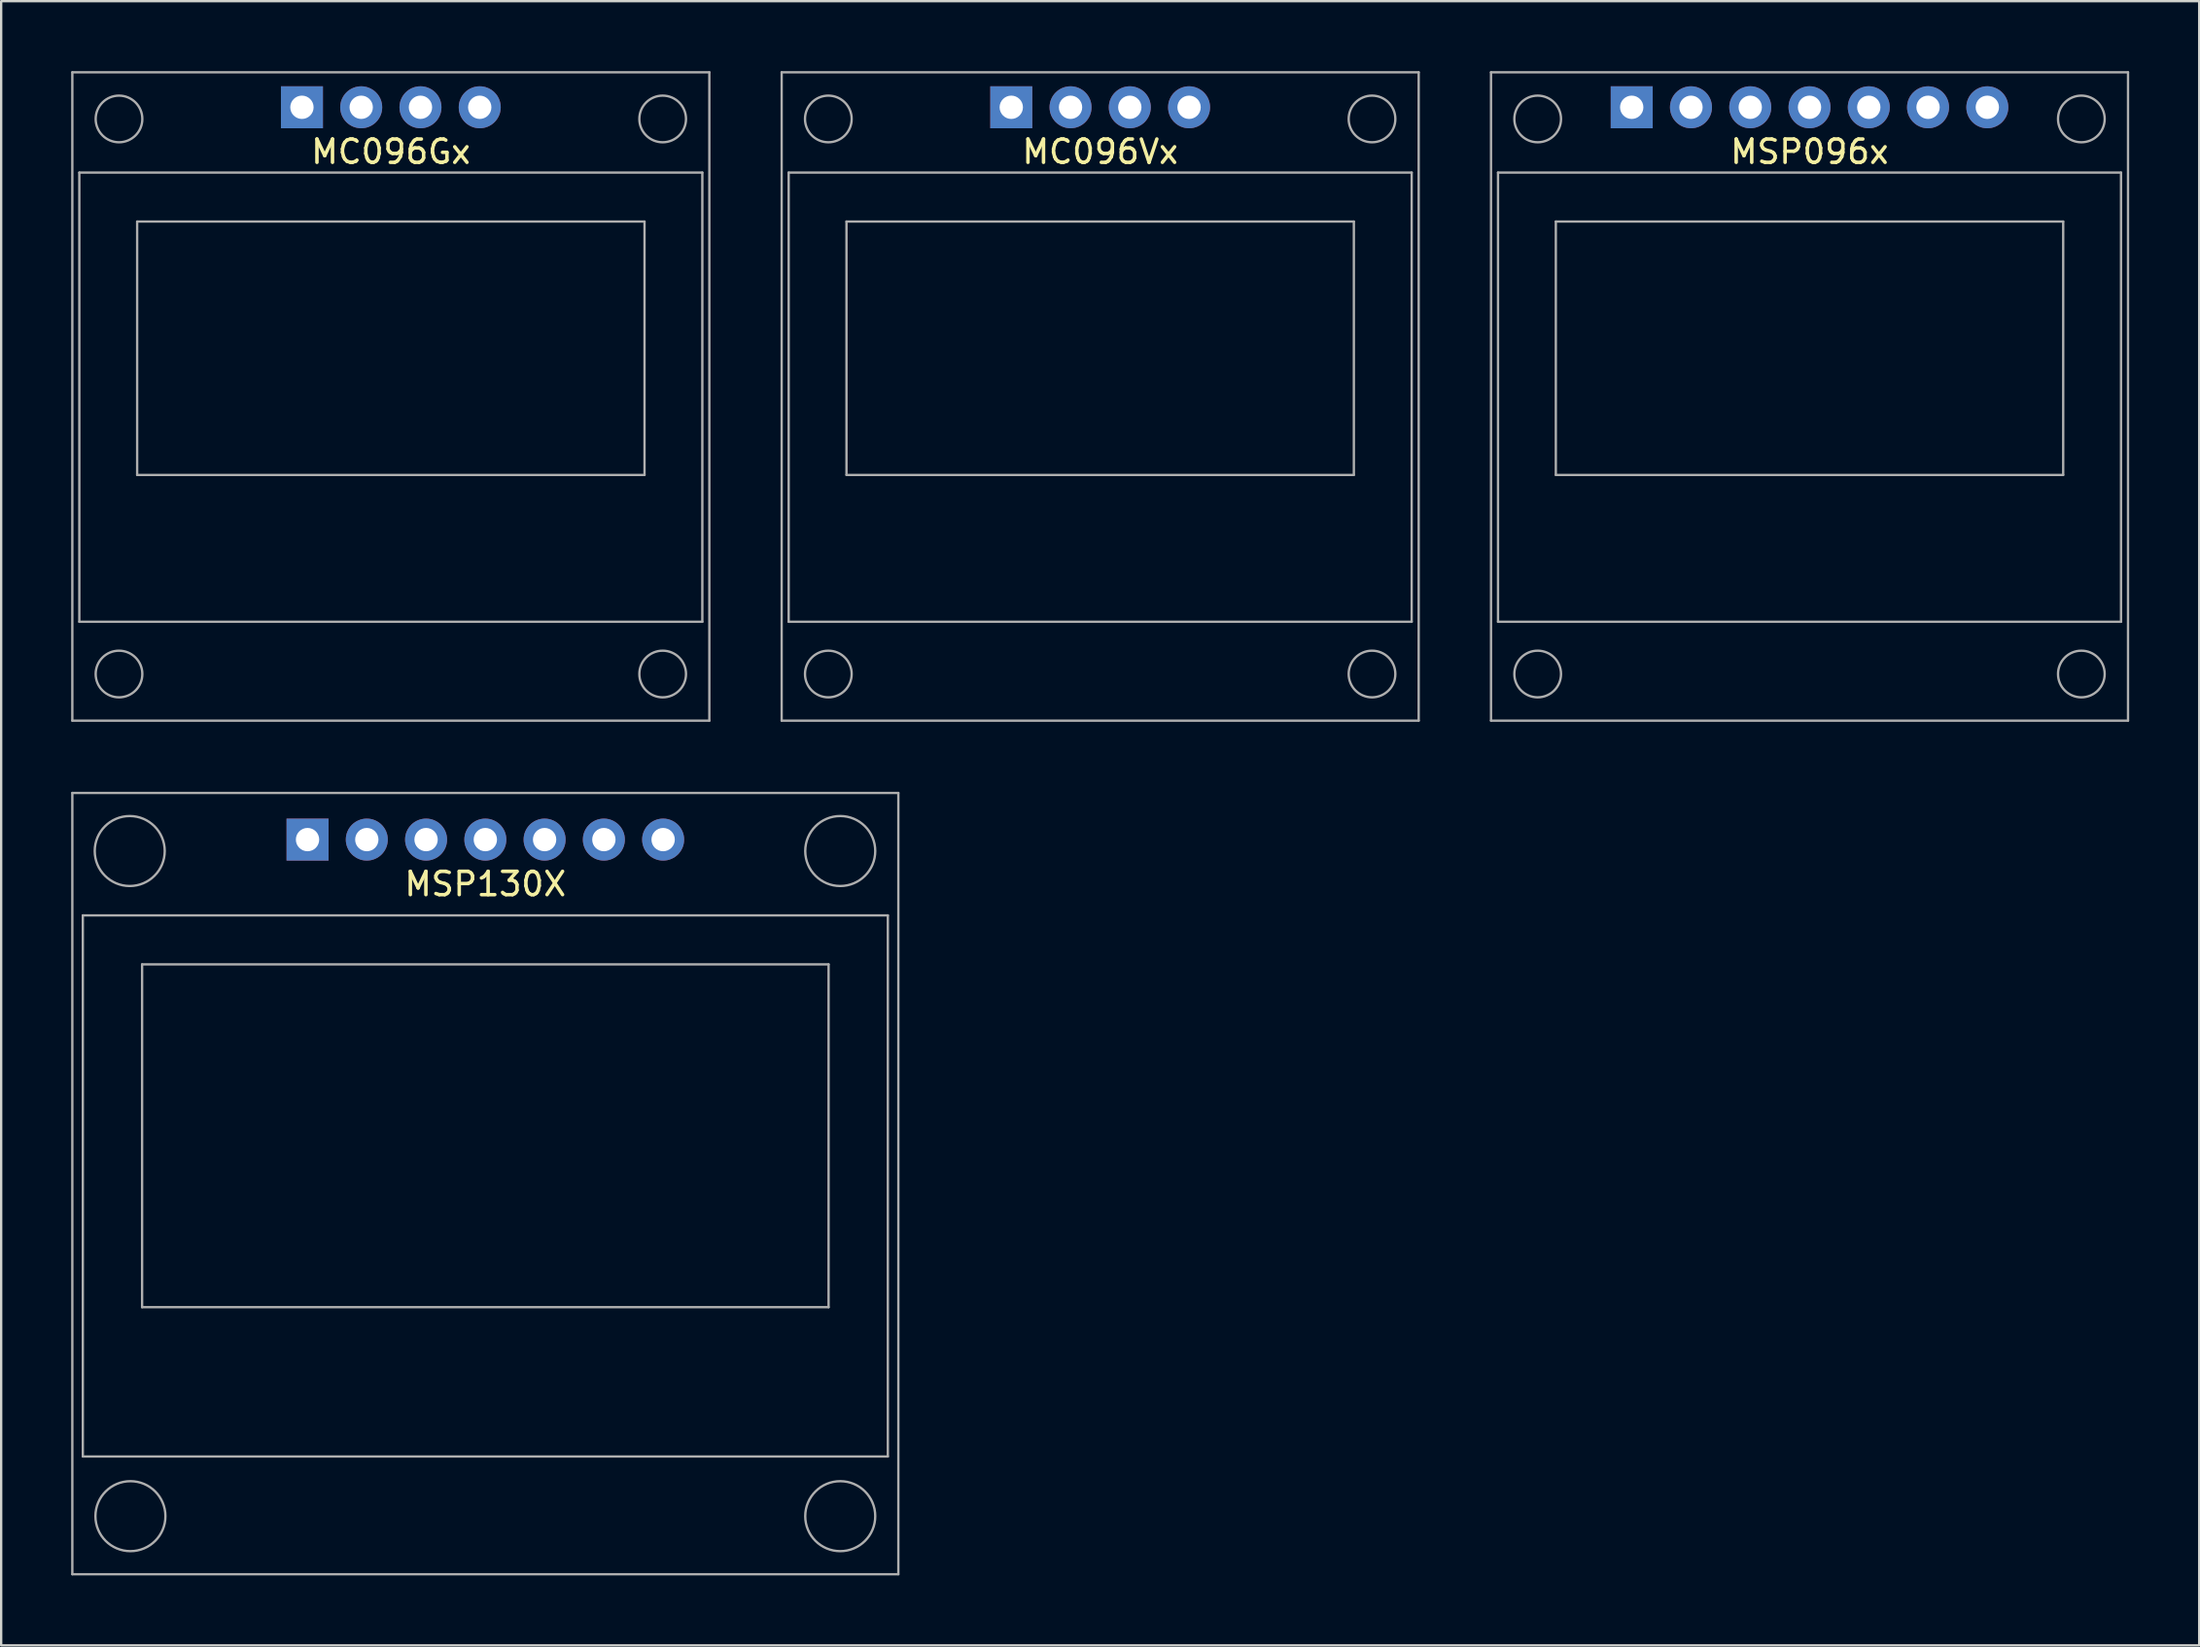
<source format=kicad_pcb>
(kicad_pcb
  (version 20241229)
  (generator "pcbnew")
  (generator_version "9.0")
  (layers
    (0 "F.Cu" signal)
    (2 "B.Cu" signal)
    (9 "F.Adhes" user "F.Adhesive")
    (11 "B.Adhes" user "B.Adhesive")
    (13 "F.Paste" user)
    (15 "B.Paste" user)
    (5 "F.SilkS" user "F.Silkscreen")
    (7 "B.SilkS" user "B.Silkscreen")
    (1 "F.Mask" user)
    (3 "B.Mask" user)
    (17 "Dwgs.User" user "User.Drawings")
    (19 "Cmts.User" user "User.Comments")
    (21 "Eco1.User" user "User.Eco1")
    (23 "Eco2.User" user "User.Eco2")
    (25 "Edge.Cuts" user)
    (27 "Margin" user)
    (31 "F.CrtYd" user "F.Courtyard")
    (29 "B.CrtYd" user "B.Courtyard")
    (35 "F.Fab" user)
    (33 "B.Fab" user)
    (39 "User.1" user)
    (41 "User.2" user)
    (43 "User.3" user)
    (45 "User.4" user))
  (footprint "MSP130X"
    (layer "F.Cu")
    (at 17.75 32.95)
    (property "Reference" "MSP130X" (at 0 1.905 0) (layer "F.SilkS") (effects (font (size 1 1) (thickness 0.15))))
    (attr through_hole)
    (fp_line (start -17.7 -2) (end -17.7 31.5) (stroke (width 0.1) (type solid)) (layer "F.Fab"))
    (fp_line (start -17.7 -2) (end 17.7 -2) (stroke (width 0.1) (type solid)) (layer "F.Fab"))
    (fp_line (start -17.7 31.5) (end 17.7 31.5) (stroke (width 0.1) (type solid)) (layer "F.Fab"))
    (fp_line (start -17.25 3.25) (end -17.25 26.45) (stroke (width 0.1) (type solid)) (layer "F.Fab"))
    (fp_line (start -17.25 3.25) (end 17.25 3.25) (stroke (width 0.1) (type solid)) (layer "F.Fab"))
    (fp_line (start -17.25 26.45) (end 17.25 26.45) (stroke (width 0.1) (type solid)) (layer "F.Fab"))
    (fp_line (start -14.71 5.35) (end -14.71 20.05) (stroke (width 0.1) (type solid)) (layer "F.Fab"))
    (fp_line (start -14.71 5.35) (end 14.71 5.35) (stroke (width 0.1) (type solid)) (layer "F.Fab"))
    (fp_line (start -14.71 20.05) (end 14.71 20.05) (stroke (width 0.1) (type solid)) (layer "F.Fab"))
    (fp_line (start 14.71 5.35) (end 14.71 20.05) (stroke (width 0.1) (type solid)) (layer "F.Fab"))
    (fp_line (start 17.25 3.25) (end 17.25 26.45) (stroke (width 0.1) (type solid)) (layer "F.Fab"))
    (fp_line (start 17.7 -2) (end 17.7 31.5) (stroke (width 0.1) (type solid)) (layer "F.Fab"))
    (fp_circle (center -15.24 0.49) (end -13.74 0.49) (stroke (width 0.1) (type solid)) (fill no) (layer "F.Fab"))
    (fp_circle (center -15.21 29.01) (end -13.71 29.01) (stroke (width 0.1) (type solid)) (fill no) (layer "F.Fab"))
    (fp_circle (center 15.21 0.49) (end 16.71 0.49) (stroke (width 0.1) (type solid)) (fill no) (layer "F.Fab"))
    (fp_circle (center 15.21 29.01) (end 16.71 29.01) (stroke (width 0.1) (type solid)) (fill no) (layer "F.Fab"))
    (pad "CLK" thru_hole circle (at -2.54 0) (size 1.8 1.8) (drill 1) (layers "*.Cu" "*.Mask"))
    (pad "CS" thru_hole circle (at 7.62 0) (size 1.8 1.8) (drill 1) (layers "*.Cu" "*.Mask"))
    (pad "DC" thru_hole circle (at 5.08 0) (size 1.8 1.8) (drill 1) (layers "*.Cu" "*.Mask"))
    (pad "GND" thru_hole rect (at -7.62 0) (size 1.8 1.8) (drill 1) (layers "*.Cu" "*.Mask"))
    (pad "MOSI" thru_hole circle (at 0 0) (size 1.8 1.8) (drill 1) (layers "*.Cu" "*.Mask"))
    (pad "RESET" thru_hole circle (at 2.54 0) (size 1.8 1.8) (drill 1) (layers "*.Cu" "*.Mask"))
    (pad "VCC" thru_hole circle (at -5.08 0) (size 1.8 1.8) (drill 1) (layers "*.Cu" "*.Mask")))
  (footprint "MC096Gx"
    (layer "F.Cu")
    (at 13.7 1.55)
    (property "Reference" "MC096Gx" (at 0 1.905 0) (layer "F.SilkS") (effects (font (size 1 1) (thickness 0.15))))
    (attr through_hole)
    (fp_line (start -13.65 -1.5) (end -13.65 26.3) (stroke (width 0.1) (type solid)) (layer "F.Fab"))
    (fp_line (start -13.65 -1.5) (end 13.65 -1.5) (stroke (width 0.1) (type solid)) (layer "F.Fab"))
    (fp_line (start -13.65 26.3) (end 13.65 26.3) (stroke (width 0.1) (type solid)) (layer "F.Fab"))
    (fp_line (start -13.35 2.8) (end -13.35 22.06) (stroke (width 0.1) (type solid)) (layer "F.Fab"))
    (fp_line (start -13.35 2.8) (end 13.35 2.8) (stroke (width 0.1) (type solid)) (layer "F.Fab"))
    (fp_line (start -13.35 22.06) (end 13.35 22.06) (stroke (width 0.1) (type solid)) (layer "F.Fab"))
    (fp_line (start -10.872 4.9) (end -10.872 15.764) (stroke (width 0.1) (type solid)) (layer "F.Fab"))
    (fp_line (start -10.872 4.9) (end 10.872 4.9) (stroke (width 0.1) (type solid)) (layer "F.Fab"))
    (fp_line (start -10.872 15.764) (end 10.872 15.764) (stroke (width 0.1) (type solid)) (layer "F.Fab"))
    (fp_line (start 10.872 4.9) (end 10.872 15.764) (stroke (width 0.1) (type solid)) (layer "F.Fab"))
    (fp_line (start 13.35 2.8) (end 13.35 22.06) (stroke (width 0.1) (type solid)) (layer "F.Fab"))
    (fp_line (start 13.65 -1.5) (end 13.65 26.3) (stroke (width 0.1) (type solid)) (layer "F.Fab"))
    (fp_circle (center -11.65 0.5) (end -10.65 0.5) (stroke (width 0.1) (type solid)) (fill no) (layer "F.Fab"))
    (fp_circle (center -11.65 24.3) (end -10.65 24.3) (stroke (width 0.1) (type solid)) (fill no) (layer "F.Fab"))
    (fp_circle (center 11.65 0.5) (end 12.65 0.5) (stroke (width 0.1) (type solid)) (fill no) (layer "F.Fab"))
    (fp_circle (center 11.65 24.3) (end 12.65 24.3) (stroke (width 0.1) (type solid)) (fill no) (layer "F.Fab"))
    (pad "GND" thru_hole rect (at -3.81 0) (size 1.8 1.8) (drill 1) (layers "*.Cu" "*.Mask"))
    (pad "SCL" thru_hole circle (at 1.27 0) (size 1.8 1.8) (drill 1) (layers "*.Cu" "*.Mask"))
    (pad "SDA" thru_hole circle (at 3.81 0) (size 1.8 1.8) (drill 1) (layers "*.Cu" "*.Mask"))
    (pad "VCC" thru_hole circle (at -1.27 0) (size 1.8 1.8) (drill 1) (layers "*.Cu" "*.Mask")))
  (footprint "MSP096x"
    (layer "F.Cu")
    (at 74.5 1.55)
    (property "Reference" "MSP096x" (at 0 1.905 0) (layer "F.SilkS") (effects (font (size 1 1) (thickness 0.15))))
    (attr through_hole)
    (fp_line (start -13.65 -1.5) (end -13.65 26.3) (stroke (width 0.1) (type solid)) (layer "F.Fab"))
    (fp_line (start -13.65 -1.5) (end 13.65 -1.5) (stroke (width 0.1) (type solid)) (layer "F.Fab"))
    (fp_line (start -13.65 26.3) (end 13.65 26.3) (stroke (width 0.1) (type solid)) (layer "F.Fab"))
    (fp_line (start -13.35 2.8) (end -13.35 22.06) (stroke (width 0.1) (type solid)) (layer "F.Fab"))
    (fp_line (start -13.35 2.8) (end 13.35 2.8) (stroke (width 0.1) (type solid)) (layer "F.Fab"))
    (fp_line (start -13.35 22.06) (end 13.35 22.06) (stroke (width 0.1) (type solid)) (layer "F.Fab"))
    (fp_line (start -10.872 4.9) (end -10.872 15.764) (stroke (width 0.1) (type solid)) (layer "F.Fab"))
    (fp_line (start -10.872 4.9) (end 10.872 4.9) (stroke (width 0.1) (type solid)) (layer "F.Fab"))
    (fp_line (start -10.872 15.764) (end 10.872 15.764) (stroke (width 0.1) (type solid)) (layer "F.Fab"))
    (fp_line (start 10.872 4.9) (end 10.872 15.764) (stroke (width 0.1) (type solid)) (layer "F.Fab"))
    (fp_line (start 13.35 2.8) (end 13.35 22.06) (stroke (width 0.1) (type solid)) (layer "F.Fab"))
    (fp_line (start 13.65 -1.5) (end 13.65 26.3) (stroke (width 0.1) (type solid)) (layer "F.Fab"))
    (fp_circle (center -11.65 0.5) (end -10.65 0.5) (stroke (width 0.1) (type solid)) (fill no) (layer "F.Fab"))
    (fp_circle (center -11.65 24.3) (end -10.65 24.3) (stroke (width 0.1) (type solid)) (fill no) (layer "F.Fab"))
    (fp_circle (center 11.65 0.5) (end 12.65 0.5) (stroke (width 0.1) (type solid)) (fill no) (layer "F.Fab"))
    (fp_circle (center 11.65 24.3) (end 12.65 24.3) (stroke (width 0.1) (type solid)) (fill no) (layer "F.Fab"))
    (pad "CS" thru_hole circle (at 7.62 0) (size 1.8 1.8) (drill 1) (layers "*.Cu" "*.Mask"))
    (pad "DC" thru_hole circle (at 5.08 0) (size 1.8 1.8) (drill 1) (layers "*.Cu" "*.Mask"))
    (pad "DI" thru_hole circle (at 0 0) (size 1.8 1.8) (drill 1) (layers "*.Cu" "*.Mask"))
    (pad "DO" thru_hole circle (at -2.54 0) (size 1.8 1.8) (drill 1) (layers "*.Cu" "*.Mask"))
    (pad "GND" thru_hole rect (at -7.62 0) (size 1.8 1.8) (drill 1) (layers "*.Cu" "*.Mask"))
    (pad "RESET" thru_hole circle (at 2.54 0) (size 1.8 1.8) (drill 1) (layers "*.Cu" "*.Mask"))
    (pad "VCC" thru_hole circle (at -5.08 0) (size 1.8 1.8) (drill 1) (layers "*.Cu" "*.Mask")))
  (footprint "MC096Vx"
    (layer "F.Cu")
    (at 44.1 1.55)
    (property "Reference" "MC096Vx" (at 0 1.905 0) (layer "F.SilkS") (effects (font (size 1 1) (thickness 0.15))))
    (attr through_hole)
    (fp_line (start -13.65 -1.5) (end -13.65 26.3) (stroke (width 0.1) (type solid)) (layer "F.Fab"))
    (fp_line (start -13.65 -1.5) (end 13.65 -1.5) (stroke (width 0.1) (type solid)) (layer "F.Fab"))
    (fp_line (start -13.65 26.3) (end 13.65 26.3) (stroke (width 0.1) (type solid)) (layer "F.Fab"))
    (fp_line (start -13.35 2.8) (end -13.35 22.06) (stroke (width 0.1) (type solid)) (layer "F.Fab"))
    (fp_line (start -13.35 2.8) (end 13.35 2.8) (stroke (width 0.1) (type solid)) (layer "F.Fab"))
    (fp_line (start -13.35 22.06) (end 13.35 22.06) (stroke (width 0.1) (type solid)) (layer "F.Fab"))
    (fp_line (start -10.872 4.9) (end -10.872 15.764) (stroke (width 0.1) (type solid)) (layer "F.Fab"))
    (fp_line (start -10.872 4.9) (end 10.872 4.9) (stroke (width 0.1) (type solid)) (layer "F.Fab"))
    (fp_line (start -10.872 15.764) (end 10.872 15.764) (stroke (width 0.1) (type solid)) (layer "F.Fab"))
    (fp_line (start 10.872 4.9) (end 10.872 15.764) (stroke (width 0.1) (type solid)) (layer "F.Fab"))
    (fp_line (start 13.35 2.8) (end 13.35 22.06) (stroke (width 0.1) (type solid)) (layer "F.Fab"))
    (fp_line (start 13.65 -1.5) (end 13.65 26.3) (stroke (width 0.1) (type solid)) (layer "F.Fab"))
    (fp_circle (center -11.65 0.5) (end -10.65 0.5) (stroke (width 0.1) (type solid)) (fill no) (layer "F.Fab"))
    (fp_circle (center -11.65 24.3) (end -10.65 24.3) (stroke (width 0.1) (type solid)) (fill no) (layer "F.Fab"))
    (fp_circle (center 11.65 0.5) (end 12.65 0.5) (stroke (width 0.1) (type solid)) (fill no) (layer "F.Fab"))
    (fp_circle (center 11.65 24.3) (end 12.65 24.3) (stroke (width 0.1) (type solid)) (fill no) (layer "F.Fab"))
    (pad "GND" thru_hole circle (at -1.27 0) (size 1.8 1.8) (drill 1) (layers "*.Cu" "*.Mask"))
    (pad "SCL" thru_hole circle (at 1.27 0) (size 1.8 1.8) (drill 1) (layers "*.Cu" "*.Mask"))
    (pad "SDA" thru_hole circle (at 3.81 0) (size 1.8 1.8) (drill 1) (layers "*.Cu" "*.Mask"))
    (pad "VCC" thru_hole rect (at -3.81 0) (size 1.8 1.8) (drill 1) (layers "*.Cu" "*.Mask")))
  (gr_rect
    (start -3 -3)
    (end 91.2 67.5)
    (stroke (width 0.1) (type default))
    (fill no)
    (layer "Edge.Cuts")))
</source>
